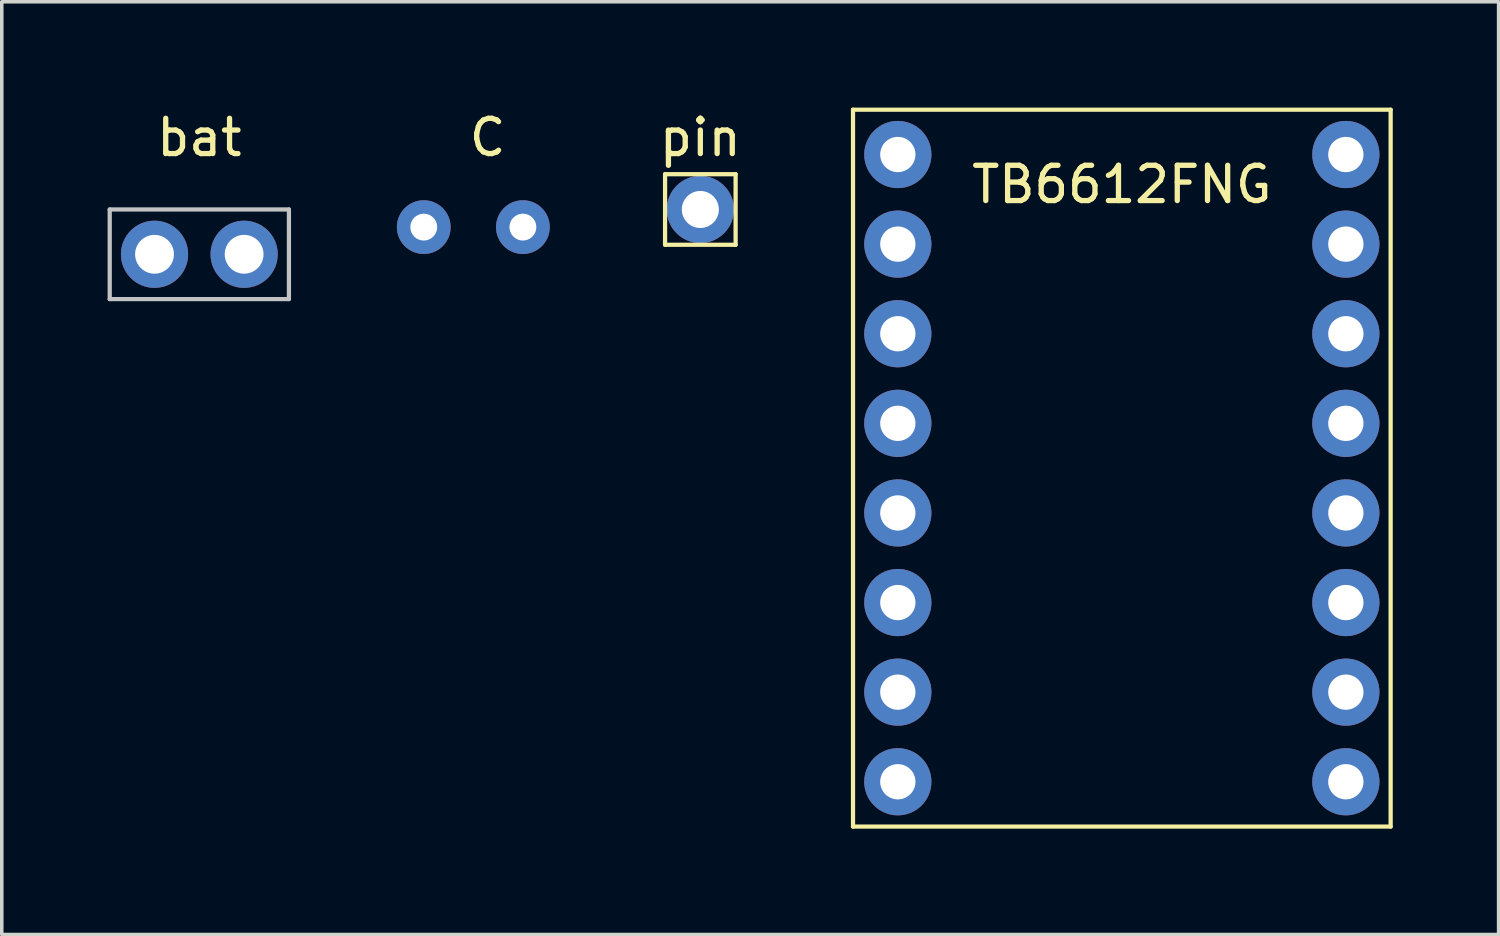
<source format=kicad_pcb>
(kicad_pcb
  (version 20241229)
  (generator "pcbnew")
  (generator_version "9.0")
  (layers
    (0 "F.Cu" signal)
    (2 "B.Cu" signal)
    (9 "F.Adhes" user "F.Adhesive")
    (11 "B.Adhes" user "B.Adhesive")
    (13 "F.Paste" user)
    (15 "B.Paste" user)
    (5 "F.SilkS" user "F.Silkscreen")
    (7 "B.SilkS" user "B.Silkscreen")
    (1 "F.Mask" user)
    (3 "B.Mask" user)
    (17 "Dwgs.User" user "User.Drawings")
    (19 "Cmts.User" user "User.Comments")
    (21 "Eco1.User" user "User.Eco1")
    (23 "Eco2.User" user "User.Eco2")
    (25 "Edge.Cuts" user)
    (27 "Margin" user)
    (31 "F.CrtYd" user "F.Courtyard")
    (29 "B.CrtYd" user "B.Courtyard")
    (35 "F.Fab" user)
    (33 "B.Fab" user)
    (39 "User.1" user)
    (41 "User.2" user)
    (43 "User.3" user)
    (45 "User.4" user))
  (footprint "C"
    (layer "F.Cu")
    (at 10.772 3.388)
    (property "Reference" "C" (at 0 -2.54 0) (layer "F.SilkS") (effects (font (size 1 1) (thickness 0.15))))
    (attr through_hole)
    (pad "1" thru_hole circle (at 1 0) (size 1.524 1.524) (drill 0.762) (layers "*.Cu" "*.Mask"))
    (pad "2" thru_hole circle (at -1.81 0) (size 1.524 1.524) (drill 0.762) (layers "*.Cu" "*.Mask")))
  (footprint "TB6612FNG"
    (layer "F.Cu")
    (at 28.75 10.22)
    (property "Reference" "TB6612FNG" (at 0 -8.04 0) (layer "F.SilkS") (effects (font (size 1 1) (thickness 0.15))))
    (attr through_hole)
    (fp_line (start -7.62 -10.16) (end -7.62 10.16) (stroke (width 0.12) (type solid)) (layer "F.SilkS"))
    (fp_line (start -7.62 10.16) (end 7.62 10.16) (stroke (width 0.12) (type solid)) (layer "F.SilkS"))
    (fp_line (start 7.62 -10.16) (end -7.62 -10.16) (stroke (width 0.12) (type solid)) (layer "F.SilkS"))
    (fp_line (start 7.62 10.16) (end 7.62 -10.16) (stroke (width 0.12) (type solid)) (layer "F.SilkS"))
    (pad "1" thru_hole circle (at -6.35 -8.89) (size 1.905 1.905) (drill 1) (layers "*.Cu" "*.Mask"))
    (pad "2" thru_hole circle (at -6.35 -6.35) (size 1.905 1.905) (drill 1) (layers "*.Cu" "*.Mask"))
    (pad "3" thru_hole circle (at -6.35 -3.81) (size 1.905 1.905) (drill 1) (layers "*.Cu" "*.Mask"))
    (pad "4" thru_hole circle (at -6.35 -1.27) (size 1.905 1.905) (drill 1) (layers "*.Cu" "*.Mask"))
    (pad "5" thru_hole circle (at -6.35 1.27) (size 1.905 1.905) (drill 1) (layers "*.Cu" "*.Mask"))
    (pad "6" thru_hole circle (at -6.35 3.81) (size 1.905 1.905) (drill 1) (layers "*.Cu" "*.Mask"))
    (pad "7" thru_hole circle (at -6.35 6.35) (size 1.905 1.905) (drill 1) (layers "*.Cu" "*.Mask"))
    (pad "8" thru_hole circle (at -6.35 8.89) (size 1.905 1.905) (drill 1) (layers "*.Cu" "*.Mask"))
    (pad "9" thru_hole circle (at 6.35 -8.89) (size 1.905 1.905) (drill 1) (layers "*.Cu" "*.Mask"))
    (pad "10" thru_hole circle (at 6.35 -6.35) (size 1.905 1.905) (drill 1) (layers "*.Cu" "*.Mask"))
    (pad "11" thru_hole circle (at 6.35 -3.81) (size 1.905 1.905) (drill 1) (layers "*.Cu" "*.Mask"))
    (pad "12" thru_hole circle (at 6.35 -1.27) (size 1.905 1.905) (drill 1) (layers "*.Cu" "*.Mask"))
    (pad "13" thru_hole circle (at 6.35 1.27) (size 1.905 1.905) (drill 1) (layers "*.Cu" "*.Mask"))
    (pad "14" thru_hole circle (at 6.35 3.81) (size 1.905 1.905) (drill 1) (layers "*.Cu" "*.Mask"))
    (pad "15" thru_hole circle (at 6.35 6.35) (size 1.905 1.905) (drill 1) (layers "*.Cu" "*.Mask"))
    (pad "16" thru_hole circle (at 6.35 8.89) (size 1.905 1.905) (drill 1) (layers "*.Cu" "*.Mask")))
  (footprint "pin"
    (layer "F.Cu")
    (at 16.802 2.888)
    (property "Reference" "pin" (at 0 -2.04 0) (layer "F.SilkS") (effects (font (size 1 1) (thickness 0.15))))
    (attr through_hole)
    (fp_line (start -1 -1) (end -1 1) (stroke (width 0.12) (type solid)) (layer "F.SilkS"))
    (fp_line (start -1 1) (end 1 1) (stroke (width 0.12) (type solid)) (layer "F.SilkS"))
    (fp_line (start 1 -1) (end -1 -1) (stroke (width 0.12) (type solid)) (layer "F.SilkS"))
    (fp_line (start 1 1) (end 1 -1) (stroke (width 0.12) (type solid)) (layer "F.SilkS"))
    (pad "1" thru_hole circle (at 0 0) (size 1.905 1.905) (drill 1.05) (layers "*.Cu" "*.Mask")))
  (footprint "bat"
    (layer "F.Cu")
    (at 2.6 4.158)
    (property "Reference" "bat" (at 0 -3.31 0) (layer "F.SilkS") (effects (font (size 1 1) (thickness 0.15))))
    (attr through_hole)
    (fp_line (start -2.54 -1.27) (end -2.54 1.27) (stroke (width 0.12) (type solid)) (layer "Dwgs.User"))
    (fp_line (start -2.54 1.27) (end 2.54 1.27) (stroke (width 0.12) (type solid)) (layer "Dwgs.User"))
    (fp_line (start 2.54 -1.27) (end -2.54 -1.27) (stroke (width 0.12) (type solid)) (layer "Dwgs.User"))
    (fp_line (start 2.54 1.27) (end 2.54 -1.27) (stroke (width 0.12) (type solid)) (layer "Dwgs.User"))
    (pad "1" thru_hole circle (at -1.27 0) (size 1.905 1.905) (drill 1.1) (layers "*.Cu" "*.Mask"))
    (pad "2" thru_hole circle (at 1.27 0) (size 1.905 1.905) (drill 1.1) (layers "*.Cu" "*.Mask")))
  (gr_rect
    (start -3 -3)
    (end 39.43 23.44)
    (stroke (width 0.1) (type default))
    (fill no)
    (layer "Edge.Cuts")))
</source>
